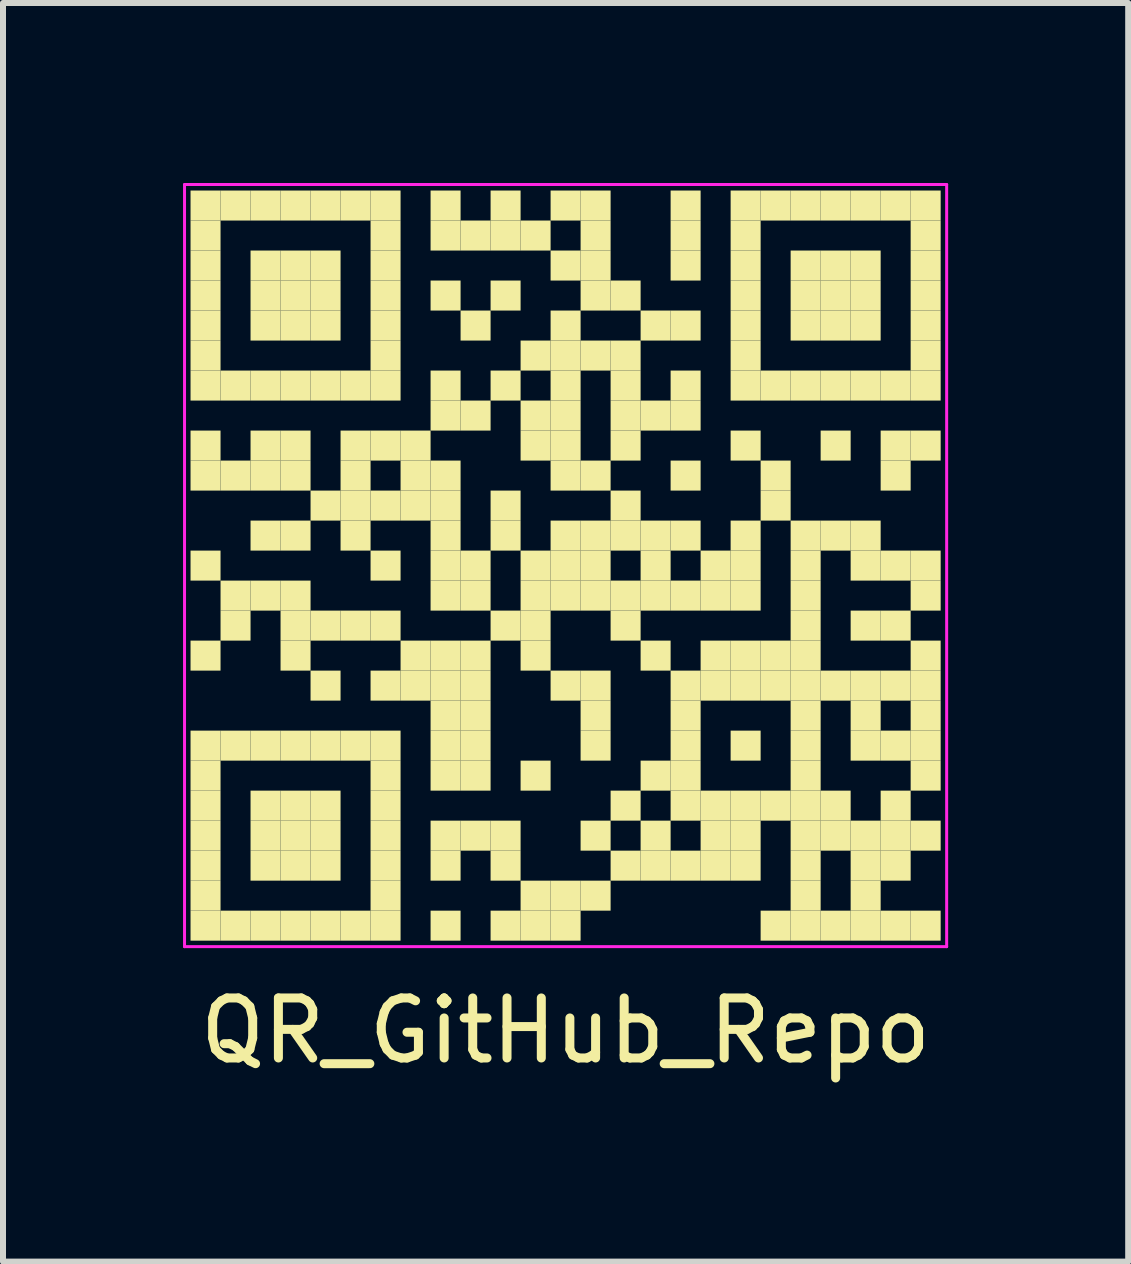
<source format=kicad_pcb>
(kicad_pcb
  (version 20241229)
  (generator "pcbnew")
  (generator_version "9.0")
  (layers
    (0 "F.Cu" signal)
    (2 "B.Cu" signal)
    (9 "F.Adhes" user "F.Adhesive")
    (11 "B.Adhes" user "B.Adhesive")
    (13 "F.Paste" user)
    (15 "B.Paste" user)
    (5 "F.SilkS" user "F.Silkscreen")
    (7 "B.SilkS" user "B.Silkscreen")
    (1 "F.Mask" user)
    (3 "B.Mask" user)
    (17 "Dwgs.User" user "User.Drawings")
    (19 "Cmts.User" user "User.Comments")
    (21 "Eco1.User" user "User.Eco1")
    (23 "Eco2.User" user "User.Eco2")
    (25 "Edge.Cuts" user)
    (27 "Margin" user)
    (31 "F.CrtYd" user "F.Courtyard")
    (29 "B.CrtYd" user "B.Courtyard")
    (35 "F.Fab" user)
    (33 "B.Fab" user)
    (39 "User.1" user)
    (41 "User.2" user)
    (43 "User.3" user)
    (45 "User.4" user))
  (footprint "QR_GitHub_Repo"
    (layer "F.Cu")
    (at 6.375 6.375)
    (property "Reference" "QR_GitHub_Repo" (at 0 7.75 0) (layer "F.SilkS") (effects (font (size 1 1) (thickness 0.15))))
    (fp_rect (start -6.25 -6.25) (end -5.75 -5.75) (stroke (width 0) (type default)) (fill yes) (layer "F.SilkS"))
    (fp_rect (start -6.25 -5.75) (end -5.75 -5.25) (stroke (width 0) (type default)) (fill yes) (layer "F.SilkS"))
    (fp_rect (start -6.25 -5.25) (end -5.75 -4.75) (stroke (width 0) (type default)) (fill yes) (layer "F.SilkS"))
    (fp_rect (start -6.25 -4.75) (end -5.75 -4.25) (stroke (width 0) (type default)) (fill yes) (layer "F.SilkS"))
    (fp_rect (start -6.25 -4.25) (end -5.75 -3.75) (stroke (width 0) (type default)) (fill yes) (layer "F.SilkS"))
    (fp_rect (start -6.25 -3.75) (end -5.75 -3.25) (stroke (width 0) (type default)) (fill yes) (layer "F.SilkS"))
    (fp_rect (start -6.25 -3.25) (end -5.75 -2.75) (stroke (width 0) (type default)) (fill yes) (layer "F.SilkS"))
    (fp_rect (start -6.25 -2.25) (end -5.75 -1.75) (stroke (width 0) (type default)) (fill yes) (layer "F.SilkS"))
    (fp_rect (start -6.25 -1.75) (end -5.75 -1.25) (stroke (width 0) (type default)) (fill yes) (layer "F.SilkS"))
    (fp_rect (start -6.25 -0.25) (end -5.75 0.25) (stroke (width 0) (type default)) (fill yes) (layer "F.SilkS"))
    (fp_rect (start -6.25 1.25) (end -5.75 1.75) (stroke (width 0) (type default)) (fill yes) (layer "F.SilkS"))
    (fp_rect (start -6.25 2.75) (end -5.75 3.25) (stroke (width 0) (type default)) (fill yes) (layer "F.SilkS"))
    (fp_rect (start -6.25 3.25) (end -5.75 3.75) (stroke (width 0) (type default)) (fill yes) (layer "F.SilkS"))
    (fp_rect (start -6.25 3.75) (end -5.75 4.25) (stroke (width 0) (type default)) (fill yes) (layer "F.SilkS"))
    (fp_rect (start -6.25 4.25) (end -5.75 4.75) (stroke (width 0) (type default)) (fill yes) (layer "F.SilkS"))
    (fp_rect (start -6.25 4.75) (end -5.75 5.25) (stroke (width 0) (type default)) (fill yes) (layer "F.SilkS"))
    (fp_rect (start -6.25 5.25) (end -5.75 5.75) (stroke (width 0) (type default)) (fill yes) (layer "F.SilkS"))
    (fp_rect (start -6.25 5.75) (end -5.75 6.25) (stroke (width 0) (type default)) (fill yes) (layer "F.SilkS"))
    (fp_rect (start -5.75 -6.25) (end -5.25 -5.75) (stroke (width 0) (type default)) (fill yes) (layer "F.SilkS"))
    (fp_rect (start -5.75 -3.25) (end -5.25 -2.75) (stroke (width 0) (type default)) (fill yes) (layer "F.SilkS"))
    (fp_rect (start -5.75 -1.75) (end -5.25 -1.25) (stroke (width 0) (type default)) (fill yes) (layer "F.SilkS"))
    (fp_rect (start -5.75 0.25) (end -5.25 0.75) (stroke (width 0) (type default)) (fill yes) (layer "F.SilkS"))
    (fp_rect (start -5.75 0.75) (end -5.25 1.25) (stroke (width 0) (type default)) (fill yes) (layer "F.SilkS"))
    (fp_rect (start -5.75 2.75) (end -5.25 3.25) (stroke (width 0) (type default)) (fill yes) (layer "F.SilkS"))
    (fp_rect (start -5.75 5.75) (end -5.25 6.25) (stroke (width 0) (type default)) (fill yes) (layer "F.SilkS"))
    (fp_rect (start -5.25 -6.25) (end -4.75 -5.75) (stroke (width 0) (type default)) (fill yes) (layer "F.SilkS"))
    (fp_rect (start -5.25 -5.25) (end -4.75 -4.75) (stroke (width 0) (type default)) (fill yes) (layer "F.SilkS"))
    (fp_rect (start -5.25 -4.75) (end -4.75 -4.25) (stroke (width 0) (type default)) (fill yes) (layer "F.SilkS"))
    (fp_rect (start -5.25 -4.25) (end -4.75 -3.75) (stroke (width 0) (type default)) (fill yes) (layer "F.SilkS"))
    (fp_rect (start -5.25 -3.25) (end -4.75 -2.75) (stroke (width 0) (type default)) (fill yes) (layer "F.SilkS"))
    (fp_rect (start -5.25 -2.25) (end -4.75 -1.75) (stroke (width 0) (type default)) (fill yes) (layer "F.SilkS"))
    (fp_rect (start -5.25 -1.75) (end -4.75 -1.25) (stroke (width 0) (type default)) (fill yes) (layer "F.SilkS"))
    (fp_rect (start -5.25 -0.75) (end -4.75 -0.25) (stroke (width 0) (type default)) (fill yes) (layer "F.SilkS"))
    (fp_rect (start -5.25 0.25) (end -4.75 0.75) (stroke (width 0) (type default)) (fill yes) (layer "F.SilkS"))
    (fp_rect (start -5.25 2.75) (end -4.75 3.25) (stroke (width 0) (type default)) (fill yes) (layer "F.SilkS"))
    (fp_rect (start -5.25 3.75) (end -4.75 4.25) (stroke (width 0) (type default)) (fill yes) (layer "F.SilkS"))
    (fp_rect (start -5.25 4.25) (end -4.75 4.75) (stroke (width 0) (type default)) (fill yes) (layer "F.SilkS"))
    (fp_rect (start -5.25 4.75) (end -4.75 5.25) (stroke (width 0) (type default)) (fill yes) (layer "F.SilkS"))
    (fp_rect (start -5.25 5.75) (end -4.75 6.25) (stroke (width 0) (type default)) (fill yes) (layer "F.SilkS"))
    (fp_rect (start -4.75 -6.25) (end -4.25 -5.75) (stroke (width 0) (type default)) (fill yes) (layer "F.SilkS"))
    (fp_rect (start -4.75 -5.25) (end -4.25 -4.75) (stroke (width 0) (type default)) (fill yes) (layer "F.SilkS"))
    (fp_rect (start -4.75 -4.75) (end -4.25 -4.25) (stroke (width 0) (type default)) (fill yes) (layer "F.SilkS"))
    (fp_rect (start -4.75 -4.25) (end -4.25 -3.75) (stroke (width 0) (type default)) (fill yes) (layer "F.SilkS"))
    (fp_rect (start -4.75 -3.25) (end -4.25 -2.75) (stroke (width 0) (type default)) (fill yes) (layer "F.SilkS"))
    (fp_rect (start -4.75 -2.25) (end -4.25 -1.75) (stroke (width 0) (type default)) (fill yes) (layer "F.SilkS"))
    (fp_rect (start -4.75 -1.75) (end -4.25 -1.25) (stroke (width 0) (type default)) (fill yes) (layer "F.SilkS"))
    (fp_rect (start -4.75 -0.75) (end -4.25 -0.25) (stroke (width 0) (type default)) (fill yes) (layer "F.SilkS"))
    (fp_rect (start -4.75 0.25) (end -4.25 0.75) (stroke (width 0) (type default)) (fill yes) (layer "F.SilkS"))
    (fp_rect (start -4.75 0.75) (end -4.25 1.25) (stroke (width 0) (type default)) (fill yes) (layer "F.SilkS"))
    (fp_rect (start -4.75 1.25) (end -4.25 1.75) (stroke (width 0) (type default)) (fill yes) (layer "F.SilkS"))
    (fp_rect (start -4.75 2.75) (end -4.25 3.25) (stroke (width 0) (type default)) (fill yes) (layer "F.SilkS"))
    (fp_rect (start -4.75 3.75) (end -4.25 4.25) (stroke (width 0) (type default)) (fill yes) (layer "F.SilkS"))
    (fp_rect (start -4.75 4.25) (end -4.25 4.75) (stroke (width 0) (type default)) (fill yes) (layer "F.SilkS"))
    (fp_rect (start -4.75 4.75) (end -4.25 5.25) (stroke (width 0) (type default)) (fill yes) (layer "F.SilkS"))
    (fp_rect (start -4.75 5.75) (end -4.25 6.25) (stroke (width 0) (type default)) (fill yes) (layer "F.SilkS"))
    (fp_rect (start -4.25 -6.25) (end -3.75 -5.75) (stroke (width 0) (type default)) (fill yes) (layer "F.SilkS"))
    (fp_rect (start -4.25 -5.25) (end -3.75 -4.75) (stroke (width 0) (type default)) (fill yes) (layer "F.SilkS"))
    (fp_rect (start -4.25 -4.75) (end -3.75 -4.25) (stroke (width 0) (type default)) (fill yes) (layer "F.SilkS"))
    (fp_rect (start -4.25 -4.25) (end -3.75 -3.75) (stroke (width 0) (type default)) (fill yes) (layer "F.SilkS"))
    (fp_rect (start -4.25 -3.25) (end -3.75 -2.75) (stroke (width 0) (type default)) (fill yes) (layer "F.SilkS"))
    (fp_rect (start -4.25 -1.25) (end -3.75 -0.75) (stroke (width 0) (type default)) (fill yes) (layer "F.SilkS"))
    (fp_rect (start -4.25 0.75) (end -3.75 1.25) (stroke (width 0) (type default)) (fill yes) (layer "F.SilkS"))
    (fp_rect (start -4.25 1.75) (end -3.75 2.25) (stroke (width 0) (type default)) (fill yes) (layer "F.SilkS"))
    (fp_rect (start -4.25 2.75) (end -3.75 3.25) (stroke (width 0) (type default)) (fill yes) (layer "F.SilkS"))
    (fp_rect (start -4.25 3.75) (end -3.75 4.25) (stroke (width 0) (type default)) (fill yes) (layer "F.SilkS"))
    (fp_rect (start -4.25 4.25) (end -3.75 4.75) (stroke (width 0) (type default)) (fill yes) (layer "F.SilkS"))
    (fp_rect (start -4.25 4.75) (end -3.75 5.25) (stroke (width 0) (type default)) (fill yes) (layer "F.SilkS"))
    (fp_rect (start -4.25 5.75) (end -3.75 6.25) (stroke (width 0) (type default)) (fill yes) (layer "F.SilkS"))
    (fp_rect (start -3.75 -6.25) (end -3.25 -5.75) (stroke (width 0) (type default)) (fill yes) (layer "F.SilkS"))
    (fp_rect (start -3.75 -3.25) (end -3.25 -2.75) (stroke (width 0) (type default)) (fill yes) (layer "F.SilkS"))
    (fp_rect (start -3.75 -2.25) (end -3.25 -1.75) (stroke (width 0) (type default)) (fill yes) (layer "F.SilkS"))
    (fp_rect (start -3.75 -1.75) (end -3.25 -1.25) (stroke (width 0) (type default)) (fill yes) (layer "F.SilkS"))
    (fp_rect (start -3.75 -1.25) (end -3.25 -0.75) (stroke (width 0) (type default)) (fill yes) (layer "F.SilkS"))
    (fp_rect (start -3.75 -0.75) (end -3.25 -0.25) (stroke (width 0) (type default)) (fill yes) (layer "F.SilkS"))
    (fp_rect (start -3.75 0.75) (end -3.25 1.25) (stroke (width 0) (type default)) (fill yes) (layer "F.SilkS"))
    (fp_rect (start -3.75 2.75) (end -3.25 3.25) (stroke (width 0) (type default)) (fill yes) (layer "F.SilkS"))
    (fp_rect (start -3.75 5.75) (end -3.25 6.25) (stroke (width 0) (type default)) (fill yes) (layer "F.SilkS"))
    (fp_rect (start -3.25 -6.25) (end -2.75 -5.75) (stroke (width 0) (type default)) (fill yes) (layer "F.SilkS"))
    (fp_rect (start -3.25 -5.75) (end -2.75 -5.25) (stroke (width 0) (type default)) (fill yes) (layer "F.SilkS"))
    (fp_rect (start -3.25 -5.25) (end -2.75 -4.75) (stroke (width 0) (type default)) (fill yes) (layer "F.SilkS"))
    (fp_rect (start -3.25 -4.75) (end -2.75 -4.25) (stroke (width 0) (type default)) (fill yes) (layer "F.SilkS"))
    (fp_rect (start -3.25 -4.25) (end -2.75 -3.75) (stroke (width 0) (type default)) (fill yes) (layer "F.SilkS"))
    (fp_rect (start -3.25 -3.75) (end -2.75 -3.25) (stroke (width 0) (type default)) (fill yes) (layer "F.SilkS"))
    (fp_rect (start -3.25 -3.25) (end -2.75 -2.75) (stroke (width 0) (type default)) (fill yes) (layer "F.SilkS"))
    (fp_rect (start -3.25 -2.25) (end -2.75 -1.75) (stroke (width 0) (type default)) (fill yes) (layer "F.SilkS"))
    (fp_rect (start -3.25 -1.25) (end -2.75 -0.75) (stroke (width 0) (type default)) (fill yes) (layer "F.SilkS"))
    (fp_rect (start -3.25 -0.25) (end -2.75 0.25) (stroke (width 0) (type default)) (fill yes) (layer "F.SilkS"))
    (fp_rect (start -3.25 0.75) (end -2.75 1.25) (stroke (width 0) (type default)) (fill yes) (layer "F.SilkS"))
    (fp_rect (start -3.25 1.75) (end -2.75 2.25) (stroke (width 0) (type default)) (fill yes) (layer "F.SilkS"))
    (fp_rect (start -3.25 2.75) (end -2.75 3.25) (stroke (width 0) (type default)) (fill yes) (layer "F.SilkS"))
    (fp_rect (start -3.25 3.25) (end -2.75 3.75) (stroke (width 0) (type default)) (fill yes) (layer "F.SilkS"))
    (fp_rect (start -3.25 3.75) (end -2.75 4.25) (stroke (width 0) (type default)) (fill yes) (layer "F.SilkS"))
    (fp_rect (start -3.25 4.25) (end -2.75 4.75) (stroke (width 0) (type default)) (fill yes) (layer "F.SilkS"))
    (fp_rect (start -3.25 4.75) (end -2.75 5.25) (stroke (width 0) (type default)) (fill yes) (layer "F.SilkS"))
    (fp_rect (start -3.25 5.25) (end -2.75 5.75) (stroke (width 0) (type default)) (fill yes) (layer "F.SilkS"))
    (fp_rect (start -3.25 5.75) (end -2.75 6.25) (stroke (width 0) (type default)) (fill yes) (layer "F.SilkS"))
    (fp_rect (start -2.75 -2.25) (end -2.25 -1.75) (stroke (width 0) (type default)) (fill yes) (layer "F.SilkS"))
    (fp_rect (start -2.75 -1.75) (end -2.25 -1.25) (stroke (width 0) (type default)) (fill yes) (layer "F.SilkS"))
    (fp_rect (start -2.75 -1.25) (end -2.25 -0.75) (stroke (width 0) (type default)) (fill yes) (layer "F.SilkS"))
    (fp_rect (start -2.75 1.25) (end -2.25 1.75) (stroke (width 0) (type default)) (fill yes) (layer "F.SilkS"))
    (fp_rect (start -2.75 1.75) (end -2.25 2.25) (stroke (width 0) (type default)) (fill yes) (layer "F.SilkS"))
    (fp_rect (start -2.25 -6.25) (end -1.75 -5.75) (stroke (width 0) (type default)) (fill yes) (layer "F.SilkS"))
    (fp_rect (start -2.25 -5.75) (end -1.75 -5.25) (stroke (width 0) (type default)) (fill yes) (layer "F.SilkS"))
    (fp_rect (start -2.25 -4.75) (end -1.75 -4.25) (stroke (width 0) (type default)) (fill yes) (layer "F.SilkS"))
    (fp_rect (start -2.25 -3.25) (end -1.75 -2.75) (stroke (width 0) (type default)) (fill yes) (layer "F.SilkS"))
    (fp_rect (start -2.25 -2.75) (end -1.75 -2.25) (stroke (width 0) (type default)) (fill yes) (layer "F.SilkS"))
    (fp_rect (start -2.25 -1.75) (end -1.75 -1.25) (stroke (width 0) (type default)) (fill yes) (layer "F.SilkS"))
    (fp_rect (start -2.25 -1.25) (end -1.75 -0.75) (stroke (width 0) (type default)) (fill yes) (layer "F.SilkS"))
    (fp_rect (start -2.25 -0.75) (end -1.75 -0.25) (stroke (width 0) (type default)) (fill yes) (layer "F.SilkS"))
    (fp_rect (start -2.25 -0.25) (end -1.75 0.25) (stroke (width 0) (type default)) (fill yes) (layer "F.SilkS"))
    (fp_rect (start -2.25 0.25) (end -1.75 0.75) (stroke (width 0) (type default)) (fill yes) (layer "F.SilkS"))
    (fp_rect (start -2.25 1.25) (end -1.75 1.75) (stroke (width 0) (type default)) (fill yes) (layer "F.SilkS"))
    (fp_rect (start -2.25 1.75) (end -1.75 2.25) (stroke (width 0) (type default)) (fill yes) (layer "F.SilkS"))
    (fp_rect (start -2.25 2.25) (end -1.75 2.75) (stroke (width 0) (type default)) (fill yes) (layer "F.SilkS"))
    (fp_rect (start -2.25 2.75) (end -1.75 3.25) (stroke (width 0) (type default)) (fill yes) (layer "F.SilkS"))
    (fp_rect (start -2.25 3.25) (end -1.75 3.75) (stroke (width 0) (type default)) (fill yes) (layer "F.SilkS"))
    (fp_rect (start -2.25 4.25) (end -1.75 4.75) (stroke (width 0) (type default)) (fill yes) (layer "F.SilkS"))
    (fp_rect (start -2.25 4.75) (end -1.75 5.25) (stroke (width 0) (type default)) (fill yes) (layer "F.SilkS"))
    (fp_rect (start -2.25 5.75) (end -1.75 6.25) (stroke (width 0) (type default)) (fill yes) (layer "F.SilkS"))
    (fp_rect (start -1.75 -5.75) (end -1.25 -5.25) (stroke (width 0) (type default)) (fill yes) (layer "F.SilkS"))
    (fp_rect (start -1.75 -4.25) (end -1.25 -3.75) (stroke (width 0) (type default)) (fill yes) (layer "F.SilkS"))
    (fp_rect (start -1.75 -2.75) (end -1.25 -2.25) (stroke (width 0) (type default)) (fill yes) (layer "F.SilkS"))
    (fp_rect (start -1.75 -0.25) (end -1.25 0.25) (stroke (width 0) (type default)) (fill yes) (layer "F.SilkS"))
    (fp_rect (start -1.75 0.25) (end -1.25 0.75) (stroke (width 0) (type default)) (fill yes) (layer "F.SilkS"))
    (fp_rect (start -1.75 1.25) (end -1.25 1.75) (stroke (width 0) (type default)) (fill yes) (layer "F.SilkS"))
    (fp_rect (start -1.75 1.75) (end -1.25 2.25) (stroke (width 0) (type default)) (fill yes) (layer "F.SilkS"))
    (fp_rect (start -1.75 2.25) (end -1.25 2.75) (stroke (width 0) (type default)) (fill yes) (layer "F.SilkS"))
    (fp_rect (start -1.75 2.75) (end -1.25 3.25) (stroke (width 0) (type default)) (fill yes) (layer "F.SilkS"))
    (fp_rect (start -1.75 3.25) (end -1.25 3.75) (stroke (width 0) (type default)) (fill yes) (layer "F.SilkS"))
    (fp_rect (start -1.75 4.25) (end -1.25 4.75) (stroke (width 0) (type default)) (fill yes) (layer "F.SilkS"))
    (fp_rect (start -1.25 -6.25) (end -0.75 -5.75) (stroke (width 0) (type default)) (fill yes) (layer "F.SilkS"))
    (fp_rect (start -1.25 -5.75) (end -0.75 -5.25) (stroke (width 0) (type default)) (fill yes) (layer "F.SilkS"))
    (fp_rect (start -1.25 -4.75) (end -0.75 -4.25) (stroke (width 0) (type default)) (fill yes) (layer "F.SilkS"))
    (fp_rect (start -1.25 -3.25) (end -0.75 -2.75) (stroke (width 0) (type default)) (fill yes) (layer "F.SilkS"))
    (fp_rect (start -1.25 -1.25) (end -0.75 -0.75) (stroke (width 0) (type default)) (fill yes) (layer "F.SilkS"))
    (fp_rect (start -1.25 -0.75) (end -0.75 -0.25) (stroke (width 0) (type default)) (fill yes) (layer "F.SilkS"))
    (fp_rect (start -1.25 0.75) (end -0.75 1.25) (stroke (width 0) (type default)) (fill yes) (layer "F.SilkS"))
    (fp_rect (start -1.25 4.25) (end -0.75 4.75) (stroke (width 0) (type default)) (fill yes) (layer "F.SilkS"))
    (fp_rect (start -1.25 4.75) (end -0.75 5.25) (stroke (width 0) (type default)) (fill yes) (layer "F.SilkS"))
    (fp_rect (start -1.25 5.75) (end -0.75 6.25) (stroke (width 0) (type default)) (fill yes) (layer "F.SilkS"))
    (fp_rect (start -0.75 -5.75) (end -0.25 -5.25) (stroke (width 0) (type default)) (fill yes) (layer "F.SilkS"))
    (fp_rect (start -0.75 -3.75) (end -0.25 -3.25) (stroke (width 0) (type default)) (fill yes) (layer "F.SilkS"))
    (fp_rect (start -0.75 -2.75) (end -0.25 -2.25) (stroke (width 0) (type default)) (fill yes) (layer "F.SilkS"))
    (fp_rect (start -0.75 -2.25) (end -0.25 -1.75) (stroke (width 0) (type default)) (fill yes) (layer "F.SilkS"))
    (fp_rect (start -0.75 -0.25) (end -0.25 0.25) (stroke (width 0) (type default)) (fill yes) (layer "F.SilkS"))
    (fp_rect (start -0.75 0.25) (end -0.25 0.75) (stroke (width 0) (type default)) (fill yes) (layer "F.SilkS"))
    (fp_rect (start -0.75 0.75) (end -0.25 1.25) (stroke (width 0) (type default)) (fill yes) (layer "F.SilkS"))
    (fp_rect (start -0.75 1.25) (end -0.25 1.75) (stroke (width 0) (type default)) (fill yes) (layer "F.SilkS"))
    (fp_rect (start -0.75 3.25) (end -0.25 3.75) (stroke (width 0) (type default)) (fill yes) (layer "F.SilkS"))
    (fp_rect (start -0.75 5.25) (end -0.25 5.75) (stroke (width 0) (type default)) (fill yes) (layer "F.SilkS"))
    (fp_rect (start -0.75 5.75) (end -0.25 6.25) (stroke (width 0) (type default)) (fill yes) (layer "F.SilkS"))
    (fp_rect (start -0.25 -6.25) (end 0.25 -5.75) (stroke (width 0) (type default)) (fill yes) (layer "F.SilkS"))
    (fp_rect (start -0.25 -5.25) (end 0.25 -4.75) (stroke (width 0) (type default)) (fill yes) (layer "F.SilkS"))
    (fp_rect (start -0.25 -4.25) (end 0.25 -3.75) (stroke (width 0) (type default)) (fill yes) (layer "F.SilkS"))
    (fp_rect (start -0.25 -3.75) (end 0.25 -3.25) (stroke (width 0) (type default)) (fill yes) (layer "F.SilkS"))
    (fp_rect (start -0.25 -3.25) (end 0.25 -2.75) (stroke (width 0) (type default)) (fill yes) (layer "F.SilkS"))
    (fp_rect (start -0.25 -2.75) (end 0.25 -2.25) (stroke (width 0) (type default)) (fill yes) (layer "F.SilkS"))
    (fp_rect (start -0.25 -2.25) (end 0.25 -1.75) (stroke (width 0) (type default)) (fill yes) (layer "F.SilkS"))
    (fp_rect (start -0.25 -1.75) (end 0.25 -1.25) (stroke (width 0) (type default)) (fill yes) (layer "F.SilkS"))
    (fp_rect (start -0.25 -0.75) (end 0.25 -0.25) (stroke (width 0) (type default)) (fill yes) (layer "F.SilkS"))
    (fp_rect (start -0.25 -0.25) (end 0.25 0.25) (stroke (width 0) (type default)) (fill yes) (layer "F.SilkS"))
    (fp_rect (start -0.25 0.25) (end 0.25 0.75) (stroke (width 0) (type default)) (fill yes) (layer "F.SilkS"))
    (fp_rect (start -0.25 1.75) (end 0.25 2.25) (stroke (width 0) (type default)) (fill yes) (layer "F.SilkS"))
    (fp_rect (start -0.25 5.25) (end 0.25 5.75) (stroke (width 0) (type default)) (fill yes) (layer "F.SilkS"))
    (fp_rect (start -0.25 5.75) (end 0.25 6.25) (stroke (width 0) (type default)) (fill yes) (layer "F.SilkS"))
    (fp_rect (start 0.25 -6.25) (end 0.75 -5.75) (stroke (width 0) (type default)) (fill yes) (layer "F.SilkS"))
    (fp_rect (start 0.25 -5.75) (end 0.75 -5.25) (stroke (width 0) (type default)) (fill yes) (layer "F.SilkS"))
    (fp_rect (start 0.25 -5.25) (end 0.75 -4.75) (stroke (width 0) (type default)) (fill yes) (layer "F.SilkS"))
    (fp_rect (start 0.25 -4.75) (end 0.75 -4.25) (stroke (width 0) (type default)) (fill yes) (layer "F.SilkS"))
    (fp_rect (start 0.25 -3.75) (end 0.75 -3.25) (stroke (width 0) (type default)) (fill yes) (layer "F.SilkS"))
    (fp_rect (start 0.25 -1.75) (end 0.75 -1.25) (stroke (width 0) (type default)) (fill yes) (layer "F.SilkS"))
    (fp_rect (start 0.25 -0.75) (end 0.75 -0.25) (stroke (width 0) (type default)) (fill yes) (layer "F.SilkS"))
    (fp_rect (start 0.25 -0.25) (end 0.75 0.25) (stroke (width 0) (type default)) (fill yes) (layer "F.SilkS"))
    (fp_rect (start 0.25 0.25) (end 0.75 0.75) (stroke (width 0) (type default)) (fill yes) (layer "F.SilkS"))
    (fp_rect (start 0.25 1.75) (end 0.75 2.25) (stroke (width 0) (type default)) (fill yes) (layer "F.SilkS"))
    (fp_rect (start 0.25 2.25) (end 0.75 2.75) (stroke (width 0) (type default)) (fill yes) (layer "F.SilkS"))
    (fp_rect (start 0.25 2.75) (end 0.75 3.25) (stroke (width 0) (type default)) (fill yes) (layer "F.SilkS"))
    (fp_rect (start 0.25 4.25) (end 0.75 4.75) (stroke (width 0) (type default)) (fill yes) (layer "F.SilkS"))
    (fp_rect (start 0.25 5.25) (end 0.75 5.75) (stroke (width 0) (type default)) (fill yes) (layer "F.SilkS"))
    (fp_rect (start 0.75 -4.75) (end 1.25 -4.25) (stroke (width 0) (type default)) (fill yes) (layer "F.SilkS"))
    (fp_rect (start 0.75 -3.75) (end 1.25 -3.25) (stroke (width 0) (type default)) (fill yes) (layer "F.SilkS"))
    (fp_rect (start 0.75 -3.25) (end 1.25 -2.75) (stroke (width 0) (type default)) (fill yes) (layer "F.SilkS"))
    (fp_rect (start 0.75 -2.75) (end 1.25 -2.25) (stroke (width 0) (type default)) (fill yes) (layer "F.SilkS"))
    (fp_rect (start 0.75 -2.25) (end 1.25 -1.75) (stroke (width 0) (type default)) (fill yes) (layer "F.SilkS"))
    (fp_rect (start 0.75 -1.25) (end 1.25 -0.75) (stroke (width 0) (type default)) (fill yes) (layer "F.SilkS"))
    (fp_rect (start 0.75 -0.75) (end 1.25 -0.25) (stroke (width 0) (type default)) (fill yes) (layer "F.SilkS"))
    (fp_rect (start 0.75 0.25) (end 1.25 0.75) (stroke (width 0) (type default)) (fill yes) (layer "F.SilkS"))
    (fp_rect (start 0.75 0.75) (end 1.25 1.25) (stroke (width 0) (type default)) (fill yes) (layer "F.SilkS"))
    (fp_rect (start 0.75 3.75) (end 1.25 4.25) (stroke (width 0) (type default)) (fill yes) (layer "F.SilkS"))
    (fp_rect (start 0.75 4.75) (end 1.25 5.25) (stroke (width 0) (type default)) (fill yes) (layer "F.SilkS"))
    (fp_rect (start 1.25 -4.25) (end 1.75 -3.75) (stroke (width 0) (type default)) (fill yes) (layer "F.SilkS"))
    (fp_rect (start 1.25 -2.75) (end 1.75 -2.25) (stroke (width 0) (type default)) (fill yes) (layer "F.SilkS"))
    (fp_rect (start 1.25 -0.75) (end 1.75 -0.25) (stroke (width 0) (type default)) (fill yes) (layer "F.SilkS"))
    (fp_rect (start 1.25 -0.25) (end 1.75 0.25) (stroke (width 0) (type default)) (fill yes) (layer "F.SilkS"))
    (fp_rect (start 1.25 0.25) (end 1.75 0.75) (stroke (width 0) (type default)) (fill yes) (layer "F.SilkS"))
    (fp_rect (start 1.25 1.25) (end 1.75 1.75) (stroke (width 0) (type default)) (fill yes) (layer "F.SilkS"))
    (fp_rect (start 1.25 3.25) (end 1.75 3.75) (stroke (width 0) (type default)) (fill yes) (layer "F.SilkS"))
    (fp_rect (start 1.25 4.25) (end 1.75 4.75) (stroke (width 0) (type default)) (fill yes) (layer "F.SilkS"))
    (fp_rect (start 1.25 4.75) (end 1.75 5.25) (stroke (width 0) (type default)) (fill yes) (layer "F.SilkS"))
    (fp_rect (start 1.75 -6.25) (end 2.25 -5.75) (stroke (width 0) (type default)) (fill yes) (layer "F.SilkS"))
    (fp_rect (start 1.75 -5.75) (end 2.25 -5.25) (stroke (width 0) (type default)) (fill yes) (layer "F.SilkS"))
    (fp_rect (start 1.75 -5.25) (end 2.25 -4.75) (stroke (width 0) (type default)) (fill yes) (layer "F.SilkS"))
    (fp_rect (start 1.75 -4.25) (end 2.25 -3.75) (stroke (width 0) (type default)) (fill yes) (layer "F.SilkS"))
    (fp_rect (start 1.75 -3.25) (end 2.25 -2.75) (stroke (width 0) (type default)) (fill yes) (layer "F.SilkS"))
    (fp_rect (start 1.75 -2.75) (end 2.25 -2.25) (stroke (width 0) (type default)) (fill yes) (layer "F.SilkS"))
    (fp_rect (start 1.75 -1.75) (end 2.25 -1.25) (stroke (width 0) (type default)) (fill yes) (layer "F.SilkS"))
    (fp_rect (start 1.75 -0.75) (end 2.25 -0.25) (stroke (width 0) (type default)) (fill yes) (layer "F.SilkS"))
    (fp_rect (start 1.75 0.25) (end 2.25 0.75) (stroke (width 0) (type default)) (fill yes) (layer "F.SilkS"))
    (fp_rect (start 1.75 1.75) (end 2.25 2.25) (stroke (width 0) (type default)) (fill yes) (layer "F.SilkS"))
    (fp_rect (start 1.75 2.25) (end 2.25 2.75) (stroke (width 0) (type default)) (fill yes) (layer "F.SilkS"))
    (fp_rect (start 1.75 2.75) (end 2.25 3.25) (stroke (width 0) (type default)) (fill yes) (layer "F.SilkS"))
    (fp_rect (start 1.75 3.25) (end 2.25 3.75) (stroke (width 0) (type default)) (fill yes) (layer "F.SilkS"))
    (fp_rect (start 1.75 3.75) (end 2.25 4.25) (stroke (width 0) (type default)) (fill yes) (layer "F.SilkS"))
    (fp_rect (start 1.75 4.75) (end 2.25 5.25) (stroke (width 0) (type default)) (fill yes) (layer "F.SilkS"))
    (fp_rect (start 2.25 -0.25) (end 2.75 0.25) (stroke (width 0) (type default)) (fill yes) (layer "F.SilkS"))
    (fp_rect (start 2.25 0.25) (end 2.75 0.75) (stroke (width 0) (type default)) (fill yes) (layer "F.SilkS"))
    (fp_rect (start 2.25 1.25) (end 2.75 1.75) (stroke (width 0) (type default)) (fill yes) (layer "F.SilkS"))
    (fp_rect (start 2.25 1.75) (end 2.75 2.25) (stroke (width 0) (type default)) (fill yes) (layer "F.SilkS"))
    (fp_rect (start 2.25 3.75) (end 2.75 4.25) (stroke (width 0) (type default)) (fill yes) (layer "F.SilkS"))
    (fp_rect (start 2.25 4.25) (end 2.75 4.75) (stroke (width 0) (type default)) (fill yes) (layer "F.SilkS"))
    (fp_rect (start 2.25 4.75) (end 2.75 5.25) (stroke (width 0) (type default)) (fill yes) (layer "F.SilkS"))
    (fp_rect (start 2.75 -6.25) (end 3.25 -5.75) (stroke (width 0) (type default)) (fill yes) (layer "F.SilkS"))
    (fp_rect (start 2.75 -5.75) (end 3.25 -5.25) (stroke (width 0) (type default)) (fill yes) (layer "F.SilkS"))
    (fp_rect (start 2.75 -5.25) (end 3.25 -4.75) (stroke (width 0) (type default)) (fill yes) (layer "F.SilkS"))
    (fp_rect (start 2.75 -4.75) (end 3.25 -4.25) (stroke (width 0) (type default)) (fill yes) (layer "F.SilkS"))
    (fp_rect (start 2.75 -4.25) (end 3.25 -3.75) (stroke (width 0) (type default)) (fill yes) (layer "F.SilkS"))
    (fp_rect (start 2.75 -3.75) (end 3.25 -3.25) (stroke (width 0) (type default)) (fill yes) (layer "F.SilkS"))
    (fp_rect (start 2.75 -3.25) (end 3.25 -2.75) (stroke (width 0) (type default)) (fill yes) (layer "F.SilkS"))
    (fp_rect (start 2.75 -2.25) (end 3.25 -1.75) (stroke (width 0) (type default)) (fill yes) (layer "F.SilkS"))
    (fp_rect (start 2.75 -0.75) (end 3.25 -0.25) (stroke (width 0) (type default)) (fill yes) (layer "F.SilkS"))
    (fp_rect (start 2.75 -0.25) (end 3.25 0.25) (stroke (width 0) (type default)) (fill yes) (layer "F.SilkS"))
    (fp_rect (start 2.75 0.25) (end 3.25 0.75) (stroke (width 0) (type default)) (fill yes) (layer "F.SilkS"))
    (fp_rect (start 2.75 1.25) (end 3.25 1.75) (stroke (width 0) (type default)) (fill yes) (layer "F.SilkS"))
    (fp_rect (start 2.75 1.75) (end 3.25 2.25) (stroke (width 0) (type default)) (fill yes) (layer "F.SilkS"))
    (fp_rect (start 2.75 2.75) (end 3.25 3.25) (stroke (width 0) (type default)) (fill yes) (layer "F.SilkS"))
    (fp_rect (start 2.75 3.75) (end 3.25 4.25) (stroke (width 0) (type default)) (fill yes) (layer "F.SilkS"))
    (fp_rect (start 2.75 4.25) (end 3.25 4.75) (stroke (width 0) (type default)) (fill yes) (layer "F.SilkS"))
    (fp_rect (start 2.75 4.75) (end 3.25 5.25) (stroke (width 0) (type default)) (fill yes) (layer "F.SilkS"))
    (fp_rect (start 3.25 -6.25) (end 3.75 -5.75) (stroke (width 0) (type default)) (fill yes) (layer "F.SilkS"))
    (fp_rect (start 3.25 -3.25) (end 3.75 -2.75) (stroke (width 0) (type default)) (fill yes) (layer "F.SilkS"))
    (fp_rect (start 3.25 -1.75) (end 3.75 -1.25) (stroke (width 0) (type default)) (fill yes) (layer "F.SilkS"))
    (fp_rect (start 3.25 -1.25) (end 3.75 -0.75) (stroke (width 0) (type default)) (fill yes) (layer "F.SilkS"))
    (fp_rect (start 3.25 1.25) (end 3.75 1.75) (stroke (width 0) (type default)) (fill yes) (layer "F.SilkS"))
    (fp_rect (start 3.25 1.75) (end 3.75 2.25) (stroke (width 0) (type default)) (fill yes) (layer "F.SilkS"))
    (fp_rect (start 3.25 3.75) (end 3.75 4.25) (stroke (width 0) (type default)) (fill yes) (layer "F.SilkS"))
    (fp_rect (start 3.25 5.75) (end 3.75 6.25) (stroke (width 0) (type default)) (fill yes) (layer "F.SilkS"))
    (fp_rect (start 3.75 -6.25) (end 4.25 -5.75) (stroke (width 0) (type default)) (fill yes) (layer "F.SilkS"))
    (fp_rect (start 3.75 -5.25) (end 4.25 -4.75) (stroke (width 0) (type default)) (fill yes) (layer "F.SilkS"))
    (fp_rect (start 3.75 -4.75) (end 4.25 -4.25) (stroke (width 0) (type default)) (fill yes) (layer "F.SilkS"))
    (fp_rect (start 3.75 -4.25) (end 4.25 -3.75) (stroke (width 0) (type default)) (fill yes) (layer "F.SilkS"))
    (fp_rect (start 3.75 -3.25) (end 4.25 -2.75) (stroke (width 0) (type default)) (fill yes) (layer "F.SilkS"))
    (fp_rect (start 3.75 -0.75) (end 4.25 -0.25) (stroke (width 0) (type default)) (fill yes) (layer "F.SilkS"))
    (fp_rect (start 3.75 -0.25) (end 4.25 0.25) (stroke (width 0) (type default)) (fill yes) (layer "F.SilkS"))
    (fp_rect (start 3.75 0.25) (end 4.25 0.75) (stroke (width 0) (type default)) (fill yes) (layer "F.SilkS"))
    (fp_rect (start 3.75 0.75) (end 4.25 1.25) (stroke (width 0) (type default)) (fill yes) (layer "F.SilkS"))
    (fp_rect (start 3.75 1.25) (end 4.25 1.75) (stroke (width 0) (type default)) (fill yes) (layer "F.SilkS"))
    (fp_rect (start 3.75 1.75) (end 4.25 2.25) (stroke (width 0) (type default)) (fill yes) (layer "F.SilkS"))
    (fp_rect (start 3.75 2.25) (end 4.25 2.75) (stroke (width 0) (type default)) (fill yes) (layer "F.SilkS"))
    (fp_rect (start 3.75 2.75) (end 4.25 3.25) (stroke (width 0) (type default)) (fill yes) (layer "F.SilkS"))
    (fp_rect (start 3.75 3.25) (end 4.25 3.75) (stroke (width 0) (type default)) (fill yes) (layer "F.SilkS"))
    (fp_rect (start 3.75 3.75) (end 4.25 4.25) (stroke (width 0) (type default)) (fill yes) (layer "F.SilkS"))
    (fp_rect (start 3.75 4.25) (end 4.25 4.75) (stroke (width 0) (type default)) (fill yes) (layer "F.SilkS"))
    (fp_rect (start 3.75 4.75) (end 4.25 5.25) (stroke (width 0) (type default)) (fill yes) (layer "F.SilkS"))
    (fp_rect (start 3.75 5.25) (end 4.25 5.75) (stroke (width 0) (type default)) (fill yes) (layer "F.SilkS"))
    (fp_rect (start 3.75 5.75) (end 4.25 6.25) (stroke (width 0) (type default)) (fill yes) (layer "F.SilkS"))
    (fp_rect (start 4.25 -6.25) (end 4.75 -5.75) (stroke (width 0) (type default)) (fill yes) (layer "F.SilkS"))
    (fp_rect (start 4.25 -5.25) (end 4.75 -4.75) (stroke (width 0) (type default)) (fill yes) (layer "F.SilkS"))
    (fp_rect (start 4.25 -4.75) (end 4.75 -4.25) (stroke (width 0) (type default)) (fill yes) (layer "F.SilkS"))
    (fp_rect (start 4.25 -4.25) (end 4.75 -3.75) (stroke (width 0) (type default)) (fill yes) (layer "F.SilkS"))
    (fp_rect (start 4.25 -3.25) (end 4.75 -2.75) (stroke (width 0) (type default)) (fill yes) (layer "F.SilkS"))
    (fp_rect (start 4.25 -2.25) (end 4.75 -1.75) (stroke (width 0) (type default)) (fill yes) (layer "F.SilkS"))
    (fp_rect (start 4.25 -0.75) (end 4.75 -0.25) (stroke (width 0) (type default)) (fill yes) (layer "F.SilkS"))
    (fp_rect (start 4.25 1.75) (end 4.75 2.25) (stroke (width 0) (type default)) (fill yes) (layer "F.SilkS"))
    (fp_rect (start 4.25 3.75) (end 4.75 4.25) (stroke (width 0) (type default)) (fill yes) (layer "F.SilkS"))
    (fp_rect (start 4.25 4.25) (end 4.75 4.75) (stroke (width 0) (type default)) (fill yes) (layer "F.SilkS"))
    (fp_rect (start 4.25 5.75) (end 4.75 6.25) (stroke (width 0) (type default)) (fill yes) (layer "F.SilkS"))
    (fp_rect (start 4.75 -6.25) (end 5.25 -5.75) (stroke (width 0) (type default)) (fill yes) (layer "F.SilkS"))
    (fp_rect (start 4.75 -5.25) (end 5.25 -4.75) (stroke (width 0) (type default)) (fill yes) (layer "F.SilkS"))
    (fp_rect (start 4.75 -4.75) (end 5.25 -4.25) (stroke (width 0) (type default)) (fill yes) (layer "F.SilkS"))
    (fp_rect (start 4.75 -4.25) (end 5.25 -3.75) (stroke (width 0) (type default)) (fill yes) (layer "F.SilkS"))
    (fp_rect (start 4.75 -3.25) (end 5.25 -2.75) (stroke (width 0) (type default)) (fill yes) (layer "F.SilkS"))
    (fp_rect (start 4.75 -0.75) (end 5.25 -0.25) (stroke (width 0) (type default)) (fill yes) (layer "F.SilkS"))
    (fp_rect (start 4.75 -0.25) (end 5.25 0.25) (stroke (width 0) (type default)) (fill yes) (layer "F.SilkS"))
    (fp_rect (start 4.75 0.75) (end 5.25 1.25) (stroke (width 0) (type default)) (fill yes) (layer "F.SilkS"))
    (fp_rect (start 4.75 1.75) (end 5.25 2.25) (stroke (width 0) (type default)) (fill yes) (layer "F.SilkS"))
    (fp_rect (start 4.75 2.25) (end 5.25 2.75) (stroke (width 0) (type default)) (fill yes) (layer "F.SilkS"))
    (fp_rect (start 4.75 2.75) (end 5.25 3.25) (stroke (width 0) (type default)) (fill yes) (layer "F.SilkS"))
    (fp_rect (start 4.75 4.25) (end 5.25 4.75) (stroke (width 0) (type default)) (fill yes) (layer "F.SilkS"))
    (fp_rect (start 4.75 4.75) (end 5.25 5.25) (stroke (width 0) (type default)) (fill yes) (layer "F.SilkS"))
    (fp_rect (start 4.75 5.25) (end 5.25 5.75) (stroke (width 0) (type default)) (fill yes) (layer "F.SilkS"))
    (fp_rect (start 4.75 5.75) (end 5.25 6.25) (stroke (width 0) (type default)) (fill yes) (layer "F.SilkS"))
    (fp_rect (start 5.25 -6.25) (end 5.75 -5.75) (stroke (width 0) (type default)) (fill yes) (layer "F.SilkS"))
    (fp_rect (start 5.25 -3.25) (end 5.75 -2.75) (stroke (width 0) (type default)) (fill yes) (layer "F.SilkS"))
    (fp_rect (start 5.25 -2.25) (end 5.75 -1.75) (stroke (width 0) (type default)) (fill yes) (layer "F.SilkS"))
    (fp_rect (start 5.25 -1.75) (end 5.75 -1.25) (stroke (width 0) (type default)) (fill yes) (layer "F.SilkS"))
    (fp_rect (start 5.25 -0.25) (end 5.75 0.25) (stroke (width 0) (type default)) (fill yes) (layer "F.SilkS"))
    (fp_rect (start 5.25 0.75) (end 5.75 1.25) (stroke (width 0) (type default)) (fill yes) (layer "F.SilkS"))
    (fp_rect (start 5.25 1.75) (end 5.75 2.25) (stroke (width 0) (type default)) (fill yes) (layer "F.SilkS"))
    (fp_rect (start 5.25 2.75) (end 5.75 3.25) (stroke (width 0) (type default)) (fill yes) (layer "F.SilkS"))
    (fp_rect (start 5.25 3.75) (end 5.75 4.25) (stroke (width 0) (type default)) (fill yes) (layer "F.SilkS"))
    (fp_rect (start 5.25 4.25) (end 5.75 4.75) (stroke (width 0) (type default)) (fill yes) (layer "F.SilkS"))
    (fp_rect (start 5.25 4.75) (end 5.75 5.25) (stroke (width 0) (type default)) (fill yes) (layer "F.SilkS"))
    (fp_rect (start 5.25 5.75) (end 5.75 6.25) (stroke (width 0) (type default)) (fill yes) (layer "F.SilkS"))
    (fp_rect (start 5.75 -6.25) (end 6.25 -5.75) (stroke (width 0) (type default)) (fill yes) (layer "F.SilkS"))
    (fp_rect (start 5.75 -5.75) (end 6.25 -5.25) (stroke (width 0) (type default)) (fill yes) (layer "F.SilkS"))
    (fp_rect (start 5.75 -5.25) (end 6.25 -4.75) (stroke (width 0) (type default)) (fill yes) (layer "F.SilkS"))
    (fp_rect (start 5.75 -4.75) (end 6.25 -4.25) (stroke (width 0) (type default)) (fill yes) (layer "F.SilkS"))
    (fp_rect (start 5.75 -4.25) (end 6.25 -3.75) (stroke (width 0) (type default)) (fill yes) (layer "F.SilkS"))
    (fp_rect (start 5.75 -3.75) (end 6.25 -3.25) (stroke (width 0) (type default)) (fill yes) (layer "F.SilkS"))
    (fp_rect (start 5.75 -3.25) (end 6.25 -2.75) (stroke (width 0) (type default)) (fill yes) (layer "F.SilkS"))
    (fp_rect (start 5.75 -2.25) (end 6.25 -1.75) (stroke (width 0) (type default)) (fill yes) (layer "F.SilkS"))
    (fp_rect (start 5.75 -0.25) (end 6.25 0.25) (stroke (width 0) (type default)) (fill yes) (layer "F.SilkS"))
    (fp_rect (start 5.75 0.25) (end 6.25 0.75) (stroke (width 0) (type default)) (fill yes) (layer "F.SilkS"))
    (fp_rect (start 5.75 1.25) (end 6.25 1.75) (stroke (width 0) (type default)) (fill yes) (layer "F.SilkS"))
    (fp_rect (start 5.75 1.75) (end 6.25 2.25) (stroke (width 0) (type default)) (fill yes) (layer "F.SilkS"))
    (fp_rect (start 5.75 2.25) (end 6.25 2.75) (stroke (width 0) (type default)) (fill yes) (layer "F.SilkS"))
    (fp_rect (start 5.75 2.75) (end 6.25 3.25) (stroke (width 0) (type default)) (fill yes) (layer "F.SilkS"))
    (fp_rect (start 5.75 3.25) (end 6.25 3.75) (stroke (width 0) (type default)) (fill yes) (layer "F.SilkS"))
    (fp_rect (start 5.75 4.25) (end 6.25 4.75) (stroke (width 0) (type default)) (fill yes) (layer "F.SilkS"))
    (fp_rect (start 5.75 5.75) (end 6.25 6.25) (stroke (width 0) (type default)) (fill yes) (layer "F.SilkS"))
    (fp_line (start -6.35 -6.35) (end 6.35 -6.35) (stroke (width 0.05) (type default)) (layer "F.CrtYd"))
    (fp_line (start -6.35 6.35) (end -6.35 -6.35) (stroke (width 0.05) (type default)) (layer "F.CrtYd"))
    (fp_line (start 6.35 -6.35) (end 6.35 6.35) (stroke (width 0.05) (type default)) (layer "F.CrtYd"))
    (fp_line (start 6.35 6.35) (end -6.35 6.35) (stroke (width 0.05) (type default)) (layer "F.CrtYd")))
  (gr_rect
    (start -3 -3)
    (end 15.75 17.973)
    (stroke (width 0.1) (type default))
    (fill no)
    (layer "Edge.Cuts")))
</source>
